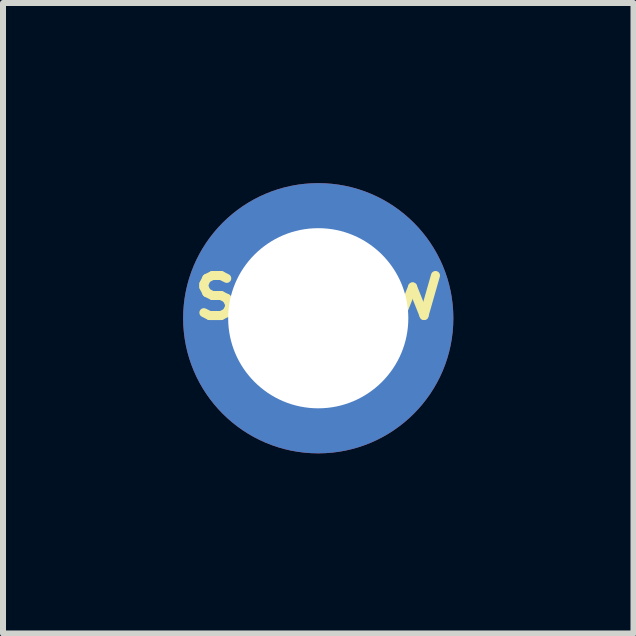
<source format=kicad_pcb>
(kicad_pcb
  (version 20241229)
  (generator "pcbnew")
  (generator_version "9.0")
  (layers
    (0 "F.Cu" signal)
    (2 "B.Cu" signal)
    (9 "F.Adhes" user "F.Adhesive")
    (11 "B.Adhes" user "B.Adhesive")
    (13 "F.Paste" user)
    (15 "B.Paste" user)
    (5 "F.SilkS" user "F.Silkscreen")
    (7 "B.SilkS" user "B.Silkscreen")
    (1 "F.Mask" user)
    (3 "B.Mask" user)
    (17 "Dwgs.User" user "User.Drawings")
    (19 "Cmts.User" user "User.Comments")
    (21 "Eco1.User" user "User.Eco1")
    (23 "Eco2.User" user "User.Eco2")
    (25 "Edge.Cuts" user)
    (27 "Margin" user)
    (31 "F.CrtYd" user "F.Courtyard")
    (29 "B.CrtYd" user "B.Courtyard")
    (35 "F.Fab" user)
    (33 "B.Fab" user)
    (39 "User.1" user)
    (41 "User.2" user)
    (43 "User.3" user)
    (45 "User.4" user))
  (footprint "screw"
    (layer "F.Cu")
    (at 2.25 2.25)
    (property "Reference" "screw" (at 0 -0.5 0) (unlocked yes) (layer "F.SilkS") (effects (font (size 1 1) (thickness 0.15))))
    (attr smd)
    (pad "1" thru_hole circle (at 0 0) (size 4.5 4.5) (drill 3) (layers "*.Cu" "*.Mask")))
  (gr_rect
    (start -3 -3)
    (end 7.5 7.5)
    (stroke (width 0.1) (type default))
    (fill no)
    (layer "Edge.Cuts")))
</source>
